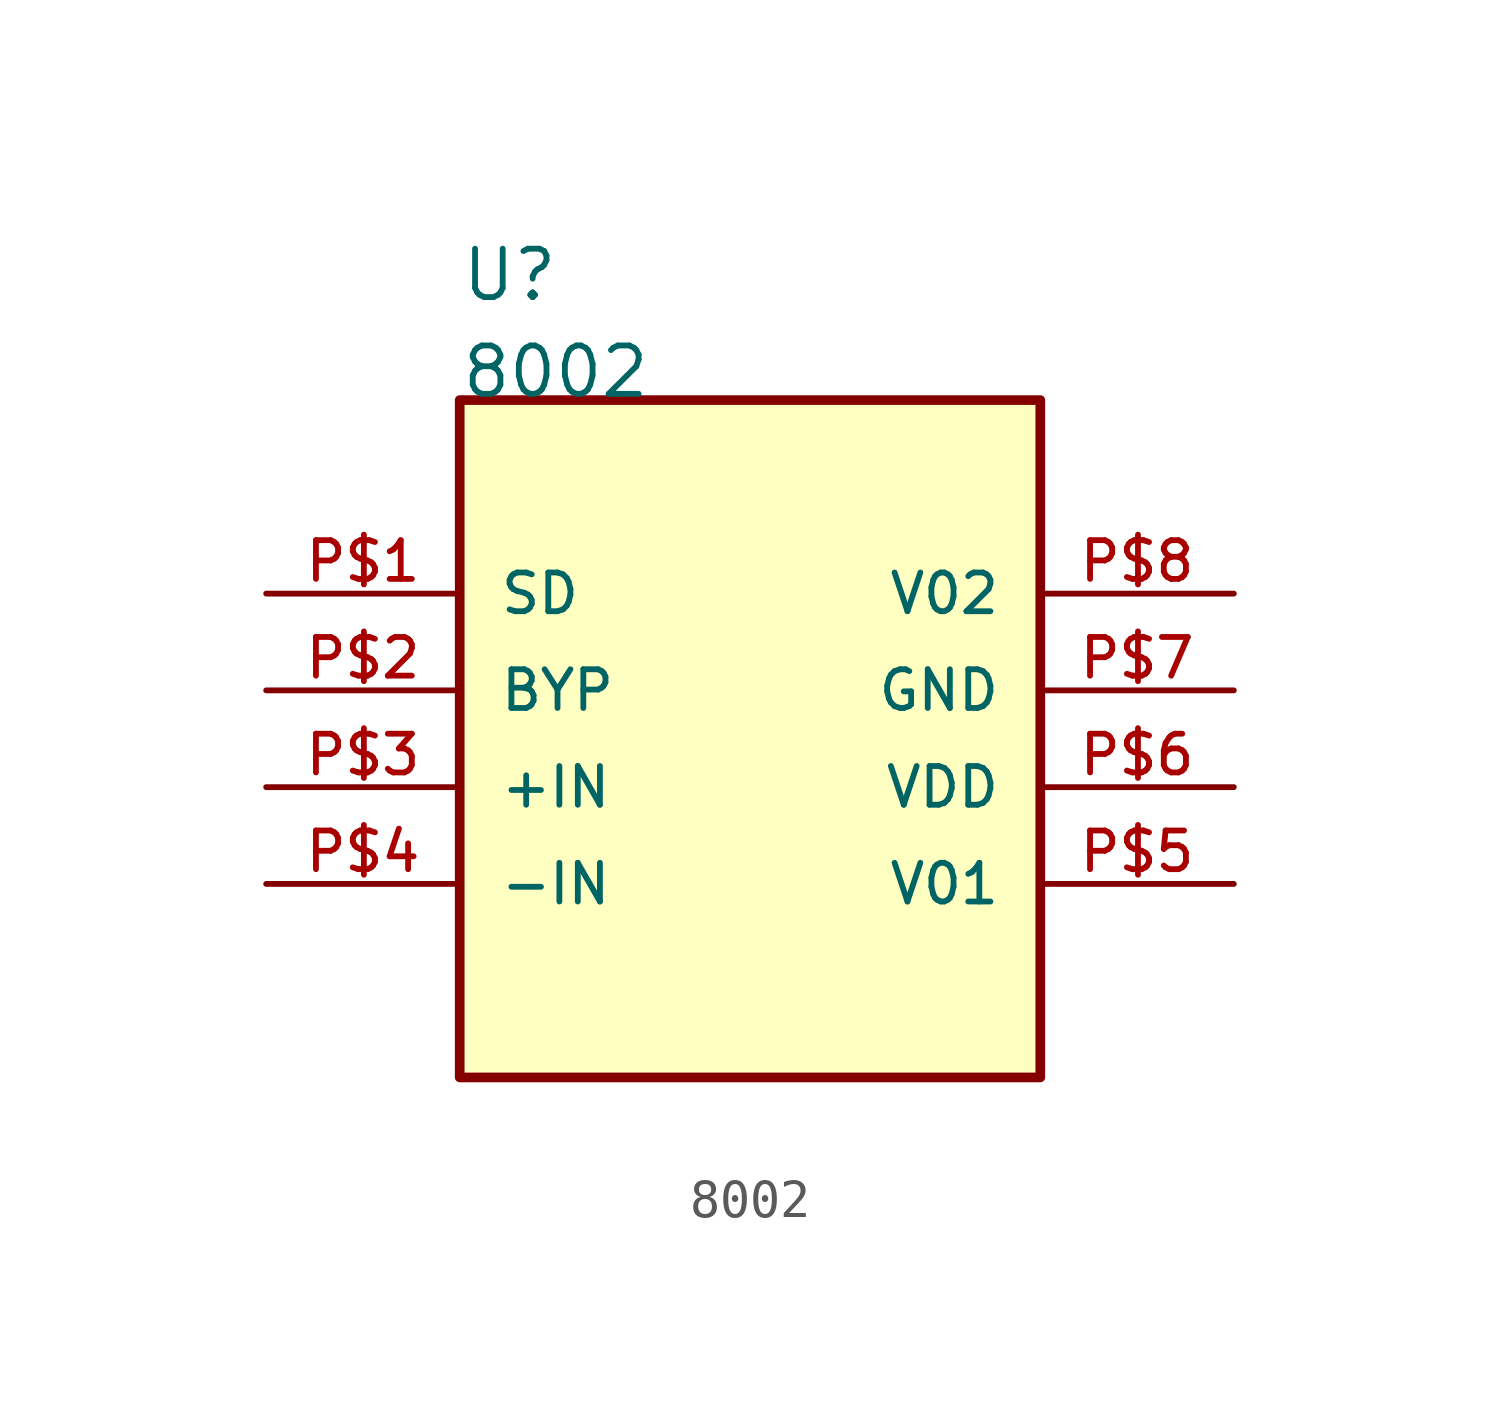
<source format=kicad_sym>
(kicad_symbol_lib
  (version 20211014)
  (generator kicad_symbol_editor)
  (symbol "8002"
    (pin_names
      (offset 1.016))
    (property "Reference" "U"
      (at -7.62 12.7 0)
      (effects (font (size 1.27 1.27)) (justify bottom left)))
    (property "Value" "8002"
      (at -7.62 10.16 0)
      (effects (font (size 1.27 1.27)) (justify bottom left)))
    (symbol "8002_0_0"
      (rectangle (start -7.62 -7.62) (end 7.62 10.16) (stroke (width 0.254)) (fill (type background)))
      (pin bidirectional line (at -12.7 5.08 0) (length 5.08) (name "SD" (effects (font (size 1.016 1.016)))) (number "P$1" (effects (font (size 1.016 1.016)))))
      (pin bidirectional line (at -12.7 2.54 0) (length 5.08) (name "BYP" (effects (font (size 1.016 1.016)))) (number "P$2" (effects (font (size 1.016 1.016)))))
      (pin bidirectional line (at -12.7 0.0 0) (length 5.08) (name "+IN" (effects (font (size 1.016 1.016)))) (number "P$3" (effects (font (size 1.016 1.016)))))
      (pin bidirectional line (at -12.7 -2.54 0) (length 5.08) (name "-IN" (effects (font (size 1.016 1.016)))) (number "P$4" (effects (font (size 1.016 1.016)))))
      (pin bidirectional line (at 12.7 -2.54 180.0) (length 5.08) (name "V01" (effects (font (size 1.016 1.016)))) (number "P$5" (effects (font (size 1.016 1.016)))))
      (pin bidirectional line (at 12.7 0.0 180.0) (length 5.08) (name "VDD" (effects (font (size 1.016 1.016)))) (number "P$6" (effects (font (size 1.016 1.016)))))
      (pin bidirectional line (at 12.7 2.54 180.0) (length 5.08) (name "GND" (effects (font (size 1.016 1.016)))) (number "P$7" (effects (font (size 1.016 1.016)))))
      (pin bidirectional line (at 12.7 5.08 180.0) (length 5.08) (name "V02" (effects (font (size 1.016 1.016)))) (number "P$8" (effects (font (size 1.016 1.016))))))))
</source>
